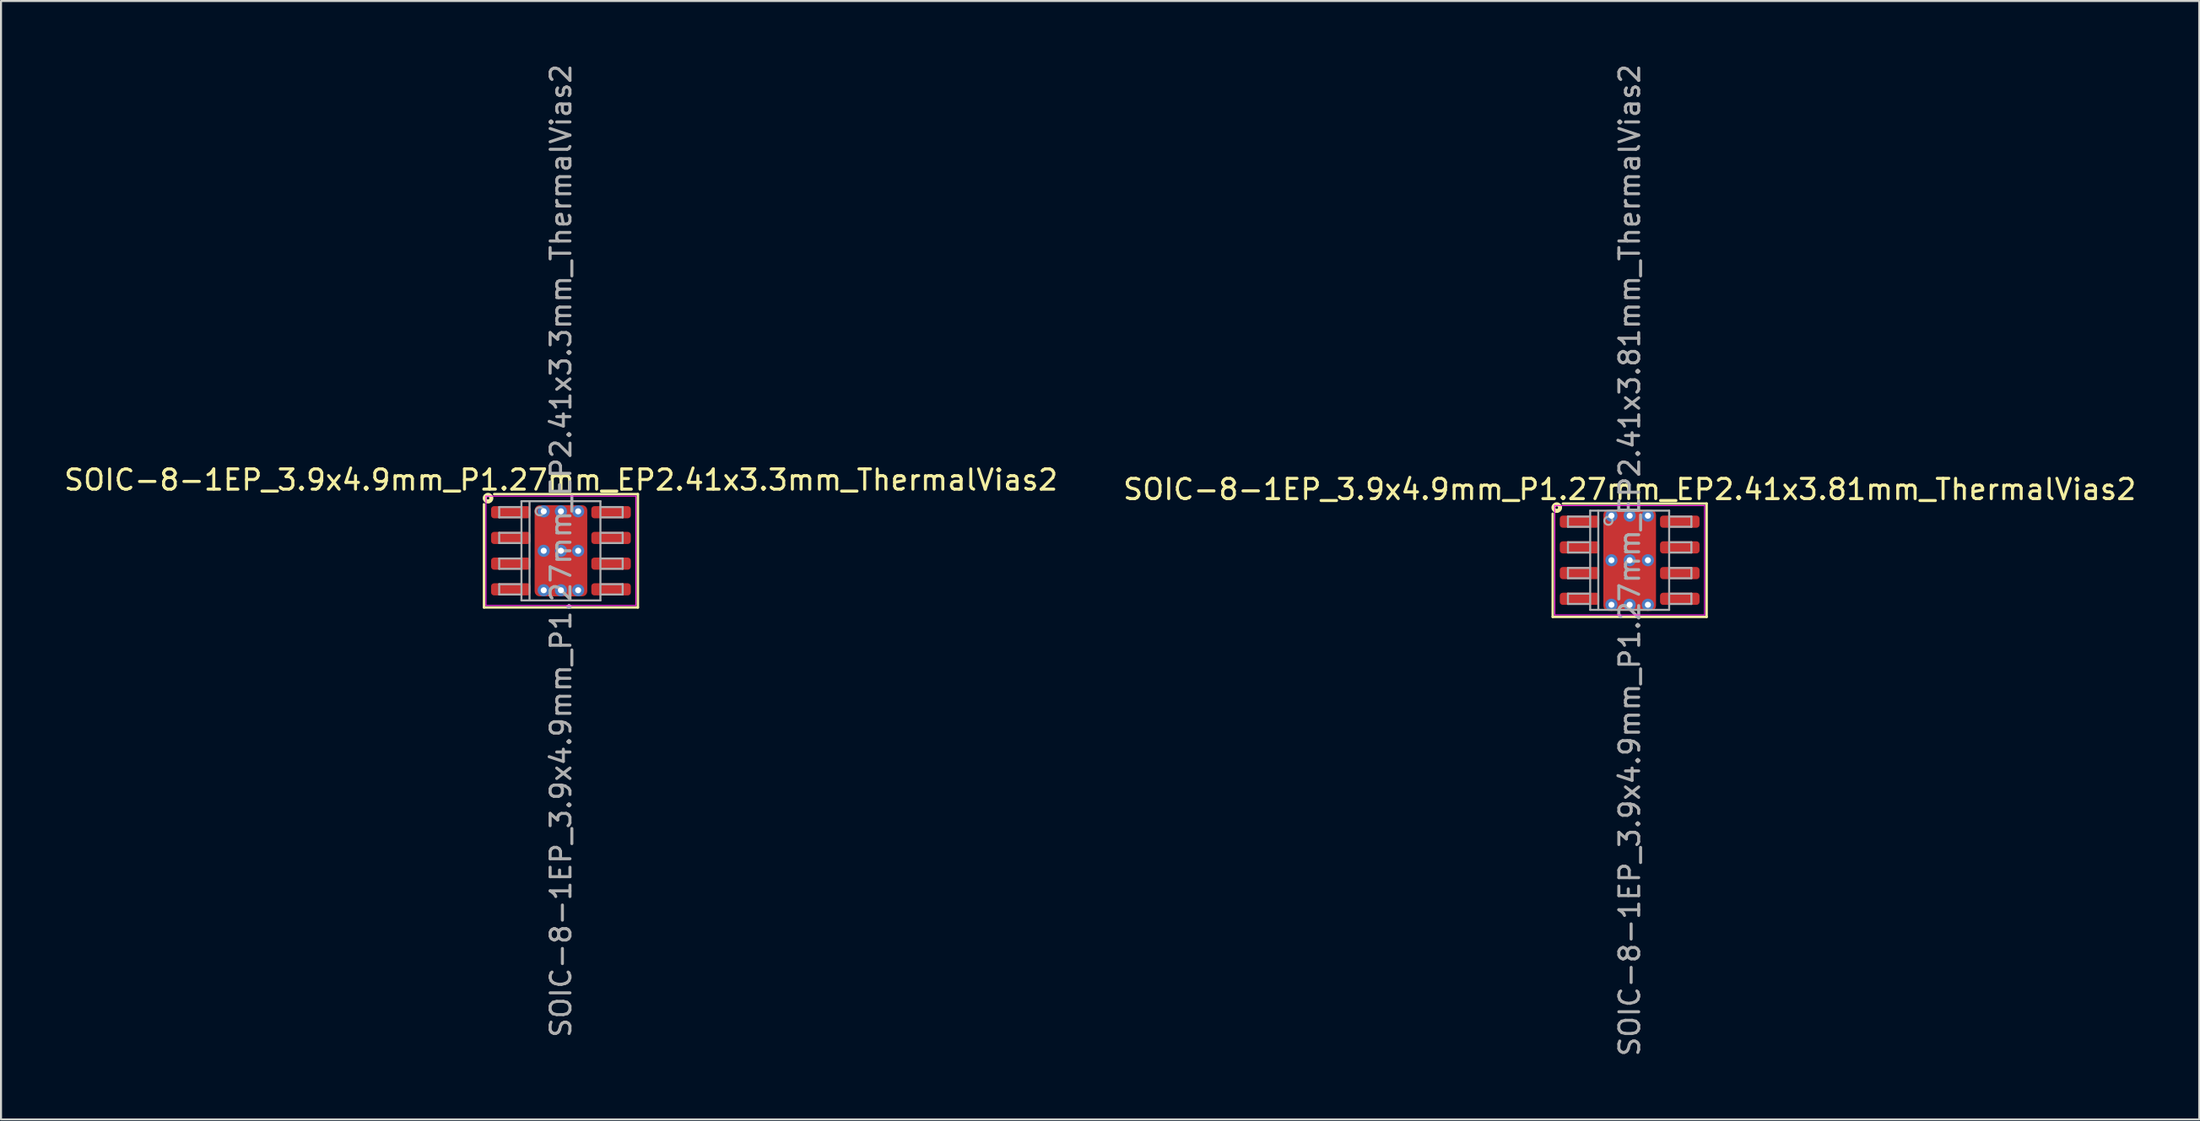
<source format=kicad_pcb>
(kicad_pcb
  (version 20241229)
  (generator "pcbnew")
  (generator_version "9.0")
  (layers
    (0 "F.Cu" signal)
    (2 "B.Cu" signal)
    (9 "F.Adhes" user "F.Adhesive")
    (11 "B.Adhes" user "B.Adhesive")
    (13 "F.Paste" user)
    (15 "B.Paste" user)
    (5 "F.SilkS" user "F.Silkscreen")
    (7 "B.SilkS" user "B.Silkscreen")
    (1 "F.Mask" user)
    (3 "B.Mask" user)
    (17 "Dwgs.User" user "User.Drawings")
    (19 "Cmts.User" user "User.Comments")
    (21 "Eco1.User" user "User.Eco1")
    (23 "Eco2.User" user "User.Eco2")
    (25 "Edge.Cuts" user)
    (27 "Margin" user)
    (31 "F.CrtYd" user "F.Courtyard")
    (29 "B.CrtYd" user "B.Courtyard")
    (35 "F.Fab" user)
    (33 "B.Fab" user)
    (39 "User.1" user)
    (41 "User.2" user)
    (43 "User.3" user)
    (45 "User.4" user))
  (footprint "SOIC-8-1EP_3.9x4.9mm_P1.27mm_EP2.41x3.3mm_ThermalVias2"
    (layer "F.Cu")
    (at 24.649 24.16)
    (property "Reference" "SOIC-8-1EP_3.9x4.9mm_P1.27mm_EP2.41x3.3mm_ThermalVias2" (at 0 -3.5 0) (layer "F.SilkS") (effects (font (size 1 1) (thickness 0.15))))
    (attr smd)
    (fp_line (start -3.8 -2.3) (end -3.8 2.8) (stroke (width 0.12) (type solid)) (layer "F.SilkS"))
    (fp_line (start -3.8 2.8) (end 3.8 2.8) (stroke (width 0.12) (type solid)) (layer "F.SilkS"))
    (fp_line (start 3.8 -2.8) (end -3.3 -2.8) (stroke (width 0.12) (type solid)) (layer "F.SilkS"))
    (fp_line (start 3.8 2.8) (end 3.8 -2.8) (stroke (width 0.12) (type solid)) (layer "F.SilkS"))
    (fp_circle (center -3.6 -2.6) (end -3.537 -2.6) (stroke (width 0.2) (type solid)) (fill no) (layer "F.SilkS"))
    (fp_line (start -3.7 -2.7) (end -3.7 2.7) (stroke (width 0.05) (type solid)) (layer "F.CrtYd"))
    (fp_line (start -3.7 2.7) (end 3.7 2.7) (stroke (width 0.05) (type solid)) (layer "F.CrtYd"))
    (fp_line (start 3.7 -2.7) (end -3.7 -2.7) (stroke (width 0.05) (type solid)) (layer "F.CrtYd"))
    (fp_line (start 3.7 2.7) (end 3.7 -2.7) (stroke (width 0.05) (type solid)) (layer "F.CrtYd"))
    (fp_line (start -3.048 -2.159) (end -3.048 -1.651) (stroke (width 0.1) (type solid)) (layer "F.Fab"))
    (fp_line (start -3.048 -2.159) (end -1.968 -2.159) (stroke (width 0.1) (type solid)) (layer "F.Fab"))
    (fp_line (start -3.048 -1.651) (end -1.968 -1.651) (stroke (width 0.1) (type solid)) (layer "F.Fab"))
    (fp_line (start -3.048 -0.889) (end -3.048 -0.381) (stroke (width 0.1) (type solid)) (layer "F.Fab"))
    (fp_line (start -3.048 -0.889) (end -1.968 -0.889) (stroke (width 0.1) (type solid)) (layer "F.Fab"))
    (fp_line (start -3.048 -0.381) (end -1.968 -0.381) (stroke (width 0.1) (type solid)) (layer "F.Fab"))
    (fp_line (start -3.048 0.381) (end -3.048 0.889) (stroke (width 0.1) (type solid)) (layer "F.Fab"))
    (fp_line (start -3.048 0.381) (end -1.968 0.381) (stroke (width 0.1) (type solid)) (layer "F.Fab"))
    (fp_line (start -3.048 0.889) (end -1.968 0.889) (stroke (width 0.1) (type solid)) (layer "F.Fab"))
    (fp_line (start -3.048 1.651) (end -3.048 2.159) (stroke (width 0.1) (type solid)) (layer "F.Fab"))
    (fp_line (start -3.048 1.651) (end -1.968 1.651) (stroke (width 0.1) (type solid)) (layer "F.Fab"))
    (fp_line (start -3.048 2.159) (end -1.968 2.159) (stroke (width 0.1) (type solid)) (layer "F.Fab"))
    (fp_line (start -1.95 -2.45) (end 1.95 -2.45) (stroke (width 0.1) (type solid)) (layer "F.Fab"))
    (fp_line (start -1.95 2.45) (end -1.95 -2.45) (stroke (width 0.1) (type solid)) (layer "F.Fab"))
    (fp_line (start -1.55 -2.45) (end -1.55 2.45) (stroke (width 0.1) (type solid)) (layer "F.Fab"))
    (fp_line (start 1.95 -2.45) (end 1.95 2.45) (stroke (width 0.1) (type solid)) (layer "F.Fab"))
    (fp_line (start 1.95 2.45) (end -1.95 2.45) (stroke (width 0.1) (type solid)) (layer "F.Fab"))
    (fp_line (start 3.048 -2.159) (end 1.968 -2.159) (stroke (width 0.1) (type solid)) (layer "F.Fab"))
    (fp_line (start 3.048 -1.651) (end 1.968 -1.651) (stroke (width 0.1) (type solid)) (layer "F.Fab"))
    (fp_line (start 3.048 -1.651) (end 3.048 -2.159) (stroke (width 0.1) (type solid)) (layer "F.Fab"))
    (fp_line (start 3.048 -0.889) (end 1.968 -0.889) (stroke (width 0.1) (type solid)) (layer "F.Fab"))
    (fp_line (start 3.048 -0.381) (end 1.968 -0.381) (stroke (width 0.1) (type solid)) (layer "F.Fab"))
    (fp_line (start 3.048 -0.381) (end 3.048 -0.889) (stroke (width 0.1) (type solid)) (layer "F.Fab"))
    (fp_line (start 3.048 0.381) (end 1.968 0.381) (stroke (width 0.1) (type solid)) (layer "F.Fab"))
    (fp_line (start 3.048 0.889) (end 1.968 0.889) (stroke (width 0.1) (type solid)) (layer "F.Fab"))
    (fp_line (start 3.048 0.889) (end 3.048 0.381) (stroke (width 0.1) (type solid)) (layer "F.Fab"))
    (fp_line (start 3.048 1.651) (end 1.968 1.651) (stroke (width 0.1) (type solid)) (layer "F.Fab"))
    (fp_line (start 3.048 2.159) (end 1.968 2.159) (stroke (width 0.1) (type solid)) (layer "F.Fab"))
    (fp_line (start 3.048 2.159) (end 3.048 1.651) (stroke (width 0.1) (type solid)) (layer "F.Fab"))
    (fp_circle (center -1.05 -1.95) (end -0.85 -1.95) (stroke (width 0.1) (type solid)) (fill no) (layer "F.Fab"))
    (fp_text user "${REFERENCE}" (at 0 0 90) (layer "F.Fab") (effects (font (size 0.98 0.98) (thickness 0.15))))
    (pad "" smd roundrect (at -0.593 -0.975) (size 0.985 1.05) (layers "F.Paste") (roundrect_rratio 0.25))
    (pad "" smd roundrect (at -0.593 0.975) (size 0.985 1.05) (layers "F.Paste") (roundrect_rratio 0.25))
    (pad "" smd roundrect (at -0.003 -0.975) (size 2.405 1.35) (layers "F.Mask") (roundrect_rratio 0.185))
    (pad "" smd roundrect (at -0.003 0.975) (size 2.405 1.35) (layers "F.Mask") (roundrect_rratio 0.185))
    (pad "" smd roundrect (at 0.593 -0.975) (size 0.985 1.05) (layers "F.Paste") (roundrect_rratio 0.25))
    (pad "" smd roundrect (at 0.593 0.975) (size 0.985 1.05) (layers "F.Paste") (roundrect_rratio 0.25))
    (pad "1" smd roundrect (at -2.475 -1.905) (size 1.95 0.6) (layers "F.Cu" "F.Mask" "F.Paste") (roundrect_rratio 0.25))
    (pad "2" smd roundrect (at -2.475 -0.635) (size 1.95 0.6) (layers "F.Cu" "F.Mask" "F.Paste") (roundrect_rratio 0.25))
    (pad "3" smd roundrect (at -2.475 0.635) (size 1.95 0.6) (layers "F.Cu" "F.Mask" "F.Paste") (roundrect_rratio 0.25))
    (pad "4" smd roundrect (at -2.475 1.905) (size 1.95 0.6) (layers "F.Cu" "F.Mask" "F.Paste") (roundrect_rratio 0.25))
    (pad "5" smd roundrect (at 2.475 1.905) (size 1.95 0.6) (layers "F.Cu" "F.Mask" "F.Paste") (roundrect_rratio 0.25))
    (pad "6" smd roundrect (at 2.475 0.635) (size 1.95 0.6) (layers "F.Cu" "F.Mask" "F.Paste") (roundrect_rratio 0.25))
    (pad "7" smd roundrect (at 2.475 -0.635) (size 1.95 0.6) (layers "F.Cu" "F.Mask" "F.Paste") (roundrect_rratio 0.25))
    (pad "8" smd roundrect (at 2.475 -1.905) (size 1.95 0.6) (layers "F.Cu" "F.Mask" "F.Paste") (roundrect_rratio 0.25))
    (pad "9" thru_hole circle (at -0.85 -1.95) (size 0.6 0.6) (drill 0.3) (property pad_prop_heatsink) (layers "*.Cu" "*.Mask"))
    (pad "9" thru_hole circle (at -0.85 0) (size 0.6 0.6) (drill 0.3) (property pad_prop_heatsink) (layers "*.Cu" "*.Mask"))
    (pad "9" thru_hole circle (at -0.85 1.95) (size 0.6 0.6) (drill 0.3) (property pad_prop_heatsink) (layers "*.Cu" "*.Mask"))
    (pad "9" thru_hole circle (at 0 -1.95) (size 0.6 0.6) (drill 0.3) (property pad_prop_heatsink) (layers "*.Cu" "*.Mask"))
    (pad "9" thru_hole circle (at 0 0) (size 0.6 0.6) (drill 0.3) (property pad_prop_heatsink) (layers "*.Cu" "*.Mask"))
    (pad "9" smd roundrect (at 0 0) (size 2.6 4.5) (layers "F.Cu") (roundrect_rratio 0.096))
    (pad "9" thru_hole circle (at 0 1.95) (size 0.6 0.6) (drill 0.3) (property pad_prop_heatsink) (layers "*.Cu" "*.Mask"))
    (pad "9" thru_hole circle (at 0.85 -1.95) (size 0.6 0.6) (drill 0.3) (property pad_prop_heatsink) (layers "*.Cu" "*.Mask"))
    (pad "9" thru_hole circle (at 0.85 0) (size 0.6 0.6) (drill 0.3) (property pad_prop_heatsink) (layers "*.Cu" "*.Mask"))
    (pad "9" thru_hole circle (at 0.85 1.95) (size 0.6 0.6) (drill 0.3) (property pad_prop_heatsink) (layers "*.Cu" "*.Mask")))
  (footprint "SOIC-8-1EP_3.9x4.9mm_P1.27mm_EP2.41x3.81mm_ThermalVias2"
    (layer "F.Cu")
    (at 77.423 24.627)
    (property "Reference" "SOIC-8-1EP_3.9x4.9mm_P1.27mm_EP2.41x3.81mm_ThermalVias2" (at 0 -3.5 0) (layer "F.SilkS") (effects (font (size 1 1) (thickness 0.15))))
    (attr smd)
    (fp_line (start -3.8 -2.3) (end -3.8 2.8) (stroke (width 0.12) (type solid)) (layer "F.SilkS"))
    (fp_line (start -3.8 2.8) (end 3.8 2.8) (stroke (width 0.12) (type solid)) (layer "F.SilkS"))
    (fp_line (start 3.8 -2.8) (end -3.3 -2.8) (stroke (width 0.12) (type solid)) (layer "F.SilkS"))
    (fp_line (start 3.8 2.8) (end 3.8 -2.8) (stroke (width 0.12) (type solid)) (layer "F.SilkS"))
    (fp_circle (center -3.6 -2.6) (end -3.537 -2.6) (stroke (width 0.2) (type solid)) (fill no) (layer "F.SilkS"))
    (fp_line (start -3.7 -2.7) (end -3.7 2.7) (stroke (width 0.05) (type solid)) (layer "F.CrtYd"))
    (fp_line (start -3.7 2.7) (end 3.7 2.7) (stroke (width 0.05) (type solid)) (layer "F.CrtYd"))
    (fp_line (start 3.7 -2.7) (end -3.7 -2.7) (stroke (width 0.05) (type solid)) (layer "F.CrtYd"))
    (fp_line (start 3.7 2.7) (end 3.7 -2.7) (stroke (width 0.05) (type solid)) (layer "F.CrtYd"))
    (fp_line (start -3.048 -2.159) (end -3.048 -1.651) (stroke (width 0.1) (type solid)) (layer "F.Fab"))
    (fp_line (start -3.048 -2.159) (end -1.968 -2.159) (stroke (width 0.1) (type solid)) (layer "F.Fab"))
    (fp_line (start -3.048 -1.651) (end -1.968 -1.651) (stroke (width 0.1) (type solid)) (layer "F.Fab"))
    (fp_line (start -3.048 -0.889) (end -3.048 -0.381) (stroke (width 0.1) (type solid)) (layer "F.Fab"))
    (fp_line (start -3.048 -0.889) (end -1.968 -0.889) (stroke (width 0.1) (type solid)) (layer "F.Fab"))
    (fp_line (start -3.048 -0.381) (end -1.968 -0.381) (stroke (width 0.1) (type solid)) (layer "F.Fab"))
    (fp_line (start -3.048 0.381) (end -3.048 0.889) (stroke (width 0.1) (type solid)) (layer "F.Fab"))
    (fp_line (start -3.048 0.381) (end -1.968 0.381) (stroke (width 0.1) (type solid)) (layer "F.Fab"))
    (fp_line (start -3.048 0.889) (end -1.968 0.889) (stroke (width 0.1) (type solid)) (layer "F.Fab"))
    (fp_line (start -3.048 1.651) (end -3.048 2.159) (stroke (width 0.1) (type solid)) (layer "F.Fab"))
    (fp_line (start -3.048 1.651) (end -1.968 1.651) (stroke (width 0.1) (type solid)) (layer "F.Fab"))
    (fp_line (start -3.048 2.159) (end -1.968 2.159) (stroke (width 0.1) (type solid)) (layer "F.Fab"))
    (fp_line (start -1.95 -2.45) (end 1.95 -2.45) (stroke (width 0.1) (type solid)) (layer "F.Fab"))
    (fp_line (start -1.95 2.45) (end -1.95 -2.45) (stroke (width 0.1) (type solid)) (layer "F.Fab"))
    (fp_line (start -1.55 -2.45) (end -1.55 2.45) (stroke (width 0.1) (type solid)) (layer "F.Fab"))
    (fp_line (start 1.95 -2.45) (end 1.95 2.45) (stroke (width 0.1) (type solid)) (layer "F.Fab"))
    (fp_line (start 1.95 2.45) (end -1.95 2.45) (stroke (width 0.1) (type solid)) (layer "F.Fab"))
    (fp_line (start 3.048 -2.159) (end 1.968 -2.159) (stroke (width 0.1) (type solid)) (layer "F.Fab"))
    (fp_line (start 3.048 -1.651) (end 1.968 -1.651) (stroke (width 0.1) (type solid)) (layer "F.Fab"))
    (fp_line (start 3.048 -1.651) (end 3.048 -2.159) (stroke (width 0.1) (type solid)) (layer "F.Fab"))
    (fp_line (start 3.048 -0.889) (end 1.968 -0.889) (stroke (width 0.1) (type solid)) (layer "F.Fab"))
    (fp_line (start 3.048 -0.381) (end 1.968 -0.381) (stroke (width 0.1) (type solid)) (layer "F.Fab"))
    (fp_line (start 3.048 -0.381) (end 3.048 -0.889) (stroke (width 0.1) (type solid)) (layer "F.Fab"))
    (fp_line (start 3.048 0.381) (end 1.968 0.381) (stroke (width 0.1) (type solid)) (layer "F.Fab"))
    (fp_line (start 3.048 0.889) (end 1.968 0.889) (stroke (width 0.1) (type solid)) (layer "F.Fab"))
    (fp_line (start 3.048 0.889) (end 3.048 0.381) (stroke (width 0.1) (type solid)) (layer "F.Fab"))
    (fp_line (start 3.048 1.651) (end 1.968 1.651) (stroke (width 0.1) (type solid)) (layer "F.Fab"))
    (fp_line (start 3.048 2.159) (end 1.968 2.159) (stroke (width 0.1) (type solid)) (layer "F.Fab"))
    (fp_line (start 3.048 2.159) (end 3.048 1.651) (stroke (width 0.1) (type solid)) (layer "F.Fab"))
    (fp_circle (center -1.05 -1.95) (end -0.85 -1.95) (stroke (width 0.1) (type solid)) (fill no) (layer "F.Fab"))
    (fp_text user "${REFERENCE}" (at 0 0 90) (layer "F.Fab") (effects (font (size 0.98 0.98) (thickness 0.15))))
    (pad "" smd roundrect (at -0.575 -1.1) (size 0.95 1.3) (layers "F.Paste") (roundrect_rratio 0.25))
    (pad "" smd roundrect (at -0.575 1.1) (size 0.95 1.3) (layers "F.Paste") (roundrect_rratio 0.25))
    (pad "" smd roundrect (at -0.001 -1.1) (size 2.402 1.6) (layers "F.Mask") (roundrect_rratio 0.156))
    (pad "" smd roundrect (at -0.001 1.1) (size 2.402 1.6) (layers "F.Mask") (roundrect_rratio 0.156))
    (pad "" smd roundrect (at 0.575 -1.1) (size 0.95 1.3) (layers "F.Paste") (roundrect_rratio 0.25))
    (pad "" smd roundrect (at 0.575 1.1) (size 0.95 1.3) (layers "F.Paste") (roundrect_rratio 0.25))
    (pad "1" smd roundrect (at -2.475 -1.905) (size 1.95 0.6) (layers "F.Cu" "F.Mask" "F.Paste") (roundrect_rratio 0.25))
    (pad "2" smd roundrect (at -2.475 -0.635) (size 1.95 0.6) (layers "F.Cu" "F.Mask" "F.Paste") (roundrect_rratio 0.25))
    (pad "3" smd roundrect (at -2.475 0.635) (size 1.95 0.6) (layers "F.Cu" "F.Mask" "F.Paste") (roundrect_rratio 0.25))
    (pad "4" smd roundrect (at -2.475 1.905) (size 1.95 0.6) (layers "F.Cu" "F.Mask" "F.Paste") (roundrect_rratio 0.25))
    (pad "5" smd roundrect (at 2.475 1.905) (size 1.95 0.6) (layers "F.Cu" "F.Mask" "F.Paste") (roundrect_rratio 0.25))
    (pad "6" smd roundrect (at 2.475 0.635) (size 1.95 0.6) (layers "F.Cu" "F.Mask" "F.Paste") (roundrect_rratio 0.25))
    (pad "7" smd roundrect (at 2.475 -0.635) (size 1.95 0.6) (layers "F.Cu" "F.Mask" "F.Paste") (roundrect_rratio 0.25))
    (pad "8" smd roundrect (at 2.475 -1.905) (size 1.95 0.6) (layers "F.Cu" "F.Mask" "F.Paste") (roundrect_rratio 0.25))
    (pad "9" thru_hole circle (at -0.9 -2.2) (size 0.6 0.6) (drill 0.3) (property pad_prop_heatsink) (layers "*.Cu" "*.Mask"))
    (pad "9" thru_hole circle (at -0.9 0) (size 0.6 0.6) (drill 0.3) (property pad_prop_heatsink) (layers "*.Cu" "*.Mask"))
    (pad "9" thru_hole circle (at -0.9 2.2) (size 0.6 0.6) (drill 0.3) (property pad_prop_heatsink) (layers "*.Cu" "*.Mask"))
    (pad "9" thru_hole circle (at 0 -2.2) (size 0.6 0.6) (drill 0.3) (property pad_prop_heatsink) (layers "*.Cu" "*.Mask"))
    (pad "9" thru_hole circle (at 0 0) (size 0.6 0.6) (drill 0.3) (property pad_prop_heatsink) (layers "*.Cu" "*.Mask"))
    (pad "9" smd roundrect (at 0 0) (size 2.6 5) (layers "F.Cu") (roundrect_rratio 0.096))
    (pad "9" thru_hole circle (at 0 2.2) (size 0.6 0.6) (drill 0.3) (property pad_prop_heatsink) (layers "*.Cu" "*.Mask"))
    (pad "9" thru_hole circle (at 0.9 -2.2) (size 0.6 0.6) (drill 0.3) (property pad_prop_heatsink) (layers "*.Cu" "*.Mask"))
    (pad "9" thru_hole circle (at 0.9 0) (size 0.6 0.6) (drill 0.3) (property pad_prop_heatsink) (layers "*.Cu" "*.Mask"))
    (pad "9" thru_hole circle (at 0.9 2.2) (size 0.6 0.6) (drill 0.3) (property pad_prop_heatsink) (layers "*.Cu" "*.Mask")))
  (gr_rect
    (start -3 -3)
    (end 105.548 52.254)
    (stroke (width 0.1) (type default))
    (fill no)
    (layer "Edge.Cuts")))
</source>
